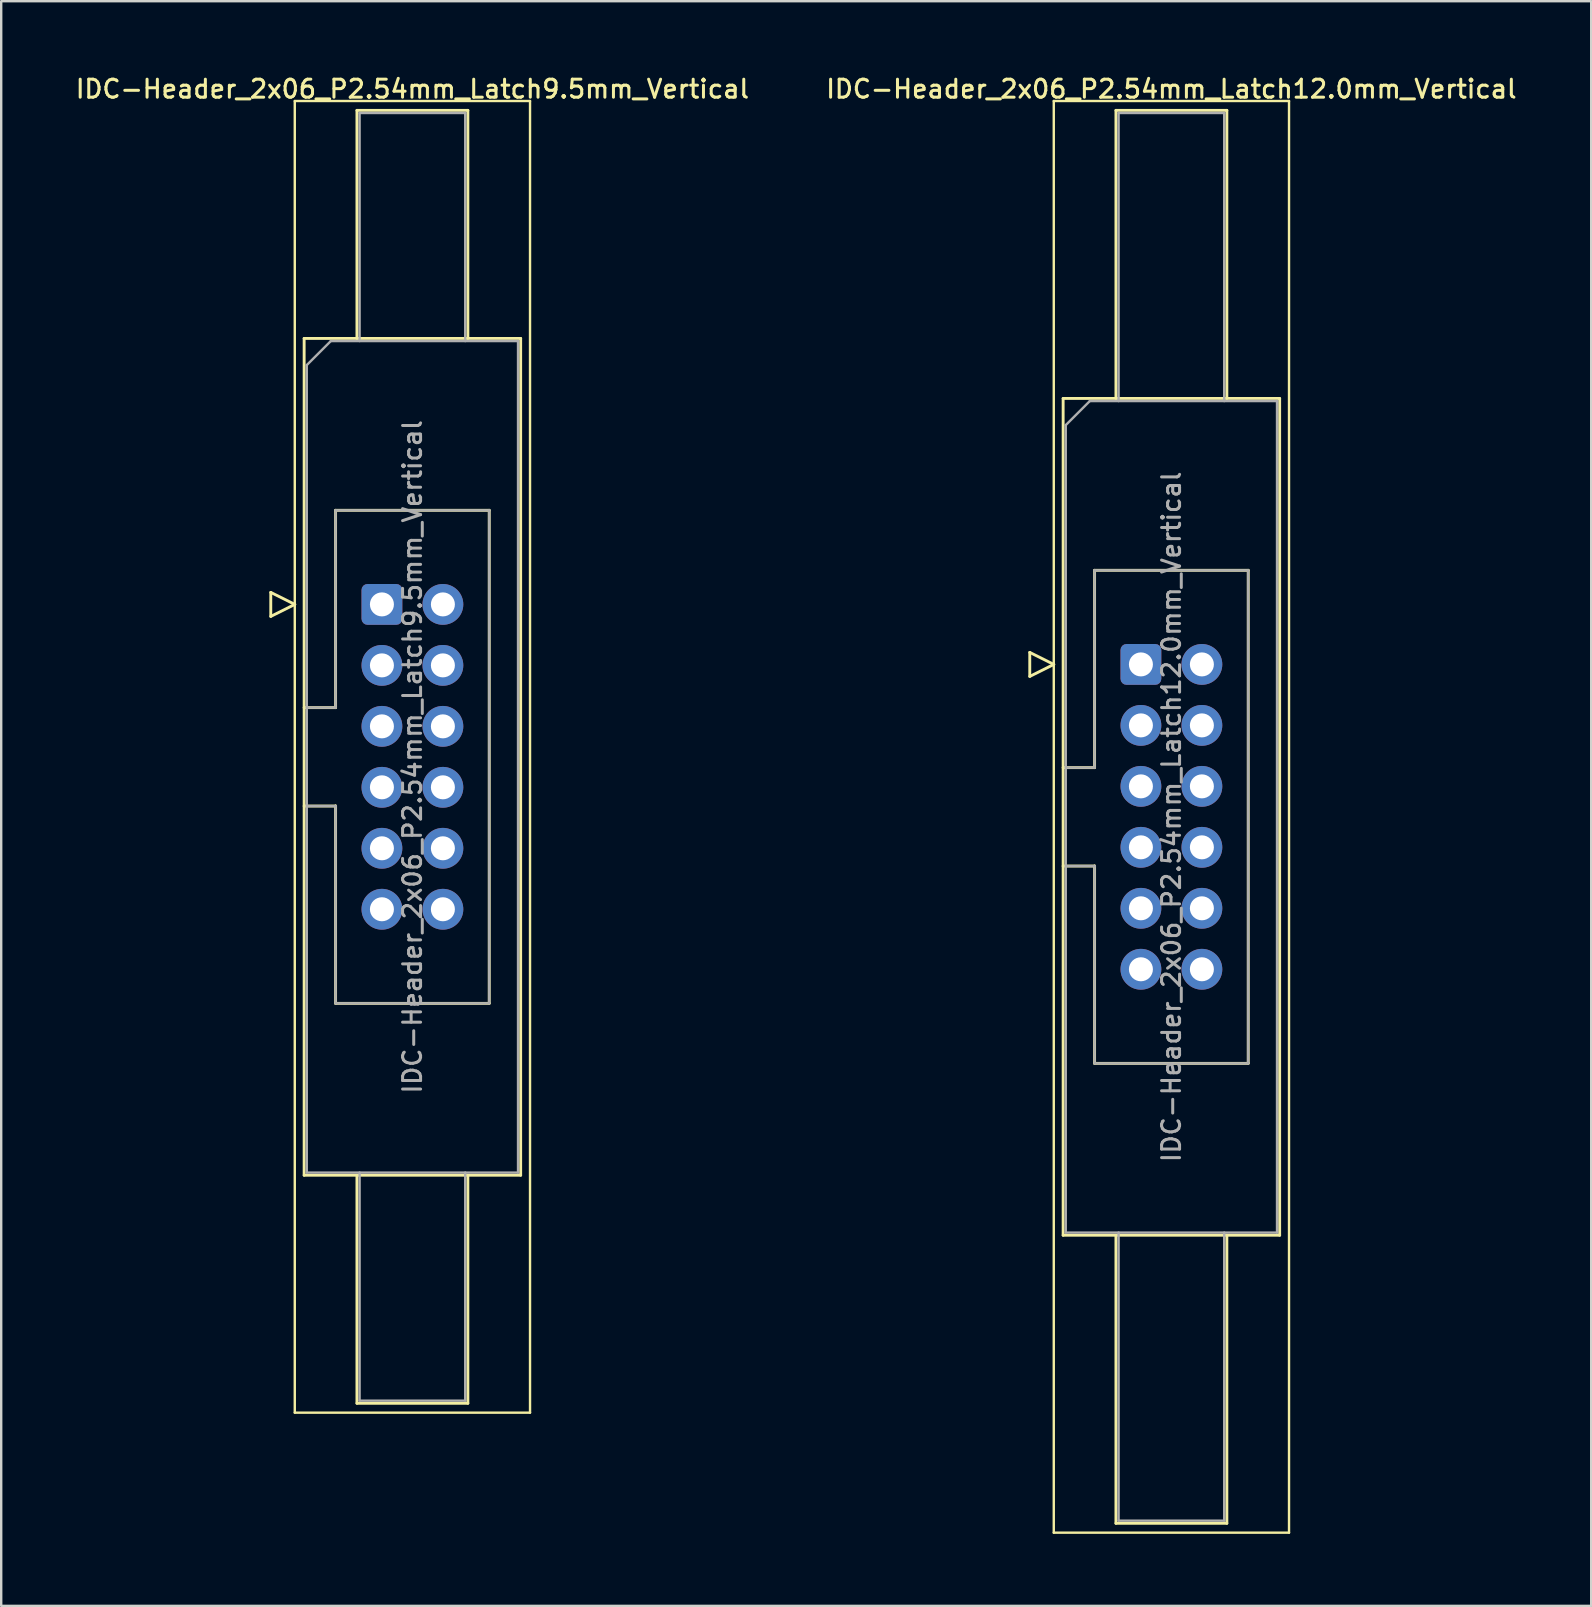
<source format=kicad_pcb>
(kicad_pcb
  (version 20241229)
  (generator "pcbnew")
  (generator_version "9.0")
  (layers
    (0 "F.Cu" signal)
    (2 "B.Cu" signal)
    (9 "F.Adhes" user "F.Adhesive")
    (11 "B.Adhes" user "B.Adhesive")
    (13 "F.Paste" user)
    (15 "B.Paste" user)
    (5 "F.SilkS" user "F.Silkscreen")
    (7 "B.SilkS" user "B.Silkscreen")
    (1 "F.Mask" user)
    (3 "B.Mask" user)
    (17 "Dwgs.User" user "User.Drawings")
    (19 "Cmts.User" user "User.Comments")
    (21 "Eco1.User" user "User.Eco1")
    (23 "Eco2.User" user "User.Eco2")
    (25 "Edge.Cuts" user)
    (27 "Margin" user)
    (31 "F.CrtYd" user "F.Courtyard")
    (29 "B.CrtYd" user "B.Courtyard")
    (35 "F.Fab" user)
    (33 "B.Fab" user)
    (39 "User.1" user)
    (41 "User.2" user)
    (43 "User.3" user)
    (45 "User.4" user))
  (footprint "IDC-Header_2x06_P2.54mm_Latch9.5mm_Vertical"
    (layer "F.Cu")
    (at 12.86 22.128)
    (property "Reference" "IDC-Header_2x06_P2.54mm_Latch9.5mm_Vertical" (at 1.27 -21.47 0) (layer "F.SilkS") (effects (font (size 0.75 0.75) (thickness 0.125))))
    (attr through_hole)
    (fp_line (start -4.63 -0.5) (end -4.63 0.5) (stroke (width 0.12) (type solid)) (layer "F.SilkS"))
    (fp_line (start -4.63 0.5) (end -3.63 0) (stroke (width 0.12) (type solid)) (layer "F.SilkS"))
    (fp_line (start -3.63 -20.97) (end -3.63 33.67) (stroke (width 0.1) (type solid)) (layer "F.SilkS"))
    (fp_line (start -3.63 0) (end -4.63 -0.5) (stroke (width 0.12) (type solid)) (layer "F.SilkS"))
    (fp_line (start -3.63 33.67) (end 6.17 33.67) (stroke (width 0.1) (type solid)) (layer "F.SilkS"))
    (fp_line (start -3.24 -11.08) (end 5.78 -11.08) (stroke (width 0.12) (type solid)) (layer "F.SilkS"))
    (fp_line (start -3.24 4.3) (end -1.93 4.3) (stroke (width 0.12) (type solid)) (layer "F.SilkS"))
    (fp_line (start -3.24 23.78) (end -3.24 -11.08) (stroke (width 0.12) (type solid)) (layer "F.SilkS"))
    (fp_line (start -1.93 -3.92) (end 4.47 -3.92) (stroke (width 0.12) (type solid)) (layer "F.SilkS"))
    (fp_line (start -1.93 4.3) (end -1.93 -3.92) (stroke (width 0.12) (type solid)) (layer "F.SilkS"))
    (fp_line (start -1.93 8.4) (end -3.24 8.4) (stroke (width 0.12) (type solid)) (layer "F.SilkS"))
    (fp_line (start -1.93 8.4) (end -1.93 8.4) (stroke (width 0.12) (type solid)) (layer "F.SilkS"))
    (fp_line (start -1.93 16.62) (end -1.93 8.4) (stroke (width 0.12) (type solid)) (layer "F.SilkS"))
    (fp_line (start -1.04 -20.58) (end 3.58 -20.58) (stroke (width 0.12) (type solid)) (layer "F.SilkS"))
    (fp_line (start -1.04 -11.08) (end -1.04 -20.58) (stroke (width 0.12) (type solid)) (layer "F.SilkS"))
    (fp_line (start -1.04 23.78) (end -1.04 33.28) (stroke (width 0.12) (type solid)) (layer "F.SilkS"))
    (fp_line (start -1.04 33.28) (end 3.58 33.28) (stroke (width 0.12) (type solid)) (layer "F.SilkS"))
    (fp_line (start 3.58 -20.58) (end 3.58 -11.08) (stroke (width 0.12) (type solid)) (layer "F.SilkS"))
    (fp_line (start 3.58 33.28) (end 3.58 23.78) (stroke (width 0.12) (type solid)) (layer "F.SilkS"))
    (fp_line (start 4.47 -3.92) (end 4.47 16.62) (stroke (width 0.12) (type solid)) (layer "F.SilkS"))
    (fp_line (start 4.47 16.62) (end -1.93 16.62) (stroke (width 0.12) (type solid)) (layer "F.SilkS"))
    (fp_line (start 5.78 -11.08) (end 5.78 23.78) (stroke (width 0.12) (type solid)) (layer "F.SilkS"))
    (fp_line (start 5.78 23.78) (end -3.24 23.78) (stroke (width 0.12) (type solid)) (layer "F.SilkS"))
    (fp_line (start 6.17 -20.97) (end -3.63 -20.97) (stroke (width 0.1) (type solid)) (layer "F.SilkS"))
    (fp_line (start 6.17 33.67) (end 6.17 -20.97) (stroke (width 0.1) (type solid)) (layer "F.SilkS"))
    (fp_line (start -3.13 -9.97) (end -2.13 -10.97) (stroke (width 0.1) (type solid)) (layer "F.Fab"))
    (fp_line (start -3.13 4.3) (end -1.93 4.3) (stroke (width 0.1) (type solid)) (layer "F.Fab"))
    (fp_line (start -3.13 23.67) (end -3.13 -9.97) (stroke (width 0.1) (type solid)) (layer "F.Fab"))
    (fp_line (start -2.13 -10.97) (end 5.67 -10.97) (stroke (width 0.1) (type solid)) (layer "F.Fab"))
    (fp_line (start -1.93 -3.92) (end 4.47 -3.92) (stroke (width 0.1) (type solid)) (layer "F.Fab"))
    (fp_line (start -1.93 4.3) (end -1.93 -3.92) (stroke (width 0.1) (type solid)) (layer "F.Fab"))
    (fp_line (start -1.93 8.4) (end -3.13 8.4) (stroke (width 0.1) (type solid)) (layer "F.Fab"))
    (fp_line (start -1.93 8.4) (end -1.93 8.4) (stroke (width 0.1) (type solid)) (layer "F.Fab"))
    (fp_line (start -1.93 16.62) (end -1.93 8.4) (stroke (width 0.1) (type solid)) (layer "F.Fab"))
    (fp_line (start -0.93 -20.47) (end 3.47 -20.47) (stroke (width 0.1) (type solid)) (layer "F.Fab"))
    (fp_line (start -0.93 -10.97) (end -0.93 -20.47) (stroke (width 0.1) (type solid)) (layer "F.Fab"))
    (fp_line (start -0.93 23.67) (end -0.93 33.17) (stroke (width 0.1) (type solid)) (layer "F.Fab"))
    (fp_line (start -0.93 33.17) (end 3.47 33.17) (stroke (width 0.1) (type solid)) (layer "F.Fab"))
    (fp_line (start 3.47 -20.47) (end 3.47 -10.97) (stroke (width 0.1) (type solid)) (layer "F.Fab"))
    (fp_line (start 3.47 33.17) (end 3.47 23.67) (stroke (width 0.1) (type solid)) (layer "F.Fab"))
    (fp_line (start 4.47 -3.92) (end 4.47 16.62) (stroke (width 0.1) (type solid)) (layer "F.Fab"))
    (fp_line (start 4.47 16.62) (end -1.93 16.62) (stroke (width 0.1) (type solid)) (layer "F.Fab"))
    (fp_line (start 5.67 -10.97) (end 5.67 23.67) (stroke (width 0.1) (type solid)) (layer "F.Fab"))
    (fp_line (start 5.67 23.67) (end -3.13 23.67) (stroke (width 0.1) (type solid)) (layer "F.Fab"))
    (fp_text user "${REFERENCE}" (at 1.27 6.35 90) (layer "F.Fab") (effects (font (size 0.75 0.75) (thickness 0.125))))
    (pad "1" thru_hole roundrect (at 0 0) (size 1.7 1.7) (drill 1) (layers "*.Cu" "*.Mask") (roundrect_rratio 0.147))
    (pad "2" thru_hole circle (at 2.54 0) (size 1.7 1.7) (drill 1) (layers "*.Cu" "*.Mask"))
    (pad "3" thru_hole circle (at 0 2.54) (size 1.7 1.7) (drill 1) (layers "*.Cu" "*.Mask"))
    (pad "4" thru_hole circle (at 2.54 2.54) (size 1.7 1.7) (drill 1) (layers "*.Cu" "*.Mask"))
    (pad "5" thru_hole circle (at 0 5.08) (size 1.7 1.7) (drill 1) (layers "*.Cu" "*.Mask"))
    (pad "6" thru_hole circle (at 2.54 5.08) (size 1.7 1.7) (drill 1) (layers "*.Cu" "*.Mask"))
    (pad "7" thru_hole circle (at 0 7.62) (size 1.7 1.7) (drill 1) (layers "*.Cu" "*.Mask"))
    (pad "8" thru_hole circle (at 2.54 7.62) (size 1.7 1.7) (drill 1) (layers "*.Cu" "*.Mask"))
    (pad "9" thru_hole circle (at 0 10.16) (size 1.7 1.7) (drill 1) (layers "*.Cu" "*.Mask"))
    (pad "10" thru_hole circle (at 2.54 10.16) (size 1.7 1.7) (drill 1) (layers "*.Cu" "*.Mask"))
    (pad "11" thru_hole circle (at 0 12.7) (size 1.7 1.7) (drill 1) (layers "*.Cu" "*.Mask"))
    (pad "12" thru_hole circle (at 2.54 12.7) (size 1.7 1.7) (drill 1) (layers "*.Cu" "*.Mask")))
  (footprint "IDC-Header_2x06_P2.54mm_Latch12.0mm_Vertical"
    (layer "F.Cu")
    (at 44.478 24.628)
    (property "Reference" "IDC-Header_2x06_P2.54mm_Latch12.0mm_Vertical" (at 1.27 -23.97 0) (layer "F.SilkS") (effects (font (size 0.75 0.75) (thickness 0.125))))
    (attr through_hole)
    (fp_line (start -4.63 -0.5) (end -4.63 0.5) (stroke (width 0.12) (type solid)) (layer "F.SilkS"))
    (fp_line (start -4.63 0.5) (end -3.63 0) (stroke (width 0.12) (type solid)) (layer "F.SilkS"))
    (fp_line (start -3.63 -23.47) (end -3.63 36.17) (stroke (width 0.1) (type solid)) (layer "F.SilkS"))
    (fp_line (start -3.63 0) (end -4.63 -0.5) (stroke (width 0.12) (type solid)) (layer "F.SilkS"))
    (fp_line (start -3.63 36.17) (end 6.17 36.17) (stroke (width 0.1) (type solid)) (layer "F.SilkS"))
    (fp_line (start -3.24 -11.08) (end 5.78 -11.08) (stroke (width 0.12) (type solid)) (layer "F.SilkS"))
    (fp_line (start -3.24 4.3) (end -1.93 4.3) (stroke (width 0.12) (type solid)) (layer "F.SilkS"))
    (fp_line (start -3.24 23.78) (end -3.24 -11.08) (stroke (width 0.12) (type solid)) (layer "F.SilkS"))
    (fp_line (start -1.93 -3.92) (end 4.47 -3.92) (stroke (width 0.12) (type solid)) (layer "F.SilkS"))
    (fp_line (start -1.93 4.3) (end -1.93 -3.92) (stroke (width 0.12) (type solid)) (layer "F.SilkS"))
    (fp_line (start -1.93 8.4) (end -3.24 8.4) (stroke (width 0.12) (type solid)) (layer "F.SilkS"))
    (fp_line (start -1.93 8.4) (end -1.93 8.4) (stroke (width 0.12) (type solid)) (layer "F.SilkS"))
    (fp_line (start -1.93 16.62) (end -1.93 8.4) (stroke (width 0.12) (type solid)) (layer "F.SilkS"))
    (fp_line (start -1.04 -23.08) (end 3.58 -23.08) (stroke (width 0.12) (type solid)) (layer "F.SilkS"))
    (fp_line (start -1.04 -11.08) (end -1.04 -23.08) (stroke (width 0.12) (type solid)) (layer "F.SilkS"))
    (fp_line (start -1.04 23.78) (end -1.04 35.78) (stroke (width 0.12) (type solid)) (layer "F.SilkS"))
    (fp_line (start -1.04 35.78) (end 3.58 35.78) (stroke (width 0.12) (type solid)) (layer "F.SilkS"))
    (fp_line (start 3.58 -23.08) (end 3.58 -11.08) (stroke (width 0.12) (type solid)) (layer "F.SilkS"))
    (fp_line (start 3.58 35.78) (end 3.58 23.78) (stroke (width 0.12) (type solid)) (layer "F.SilkS"))
    (fp_line (start 4.47 -3.92) (end 4.47 16.62) (stroke (width 0.12) (type solid)) (layer "F.SilkS"))
    (fp_line (start 4.47 16.62) (end -1.93 16.62) (stroke (width 0.12) (type solid)) (layer "F.SilkS"))
    (fp_line (start 5.78 -11.08) (end 5.78 23.78) (stroke (width 0.12) (type solid)) (layer "F.SilkS"))
    (fp_line (start 5.78 23.78) (end -3.24 23.78) (stroke (width 0.12) (type solid)) (layer "F.SilkS"))
    (fp_line (start 6.17 -23.47) (end -3.63 -23.47) (stroke (width 0.1) (type solid)) (layer "F.SilkS"))
    (fp_line (start 6.17 36.17) (end 6.17 -23.47) (stroke (width 0.1) (type solid)) (layer "F.SilkS"))
    (fp_line (start -3.13 -9.97) (end -2.13 -10.97) (stroke (width 0.1) (type solid)) (layer "F.Fab"))
    (fp_line (start -3.13 4.3) (end -1.93 4.3) (stroke (width 0.1) (type solid)) (layer "F.Fab"))
    (fp_line (start -3.13 23.67) (end -3.13 -9.97) (stroke (width 0.1) (type solid)) (layer "F.Fab"))
    (fp_line (start -2.13 -10.97) (end 5.67 -10.97) (stroke (width 0.1) (type solid)) (layer "F.Fab"))
    (fp_line (start -1.93 -3.92) (end 4.47 -3.92) (stroke (width 0.1) (type solid)) (layer "F.Fab"))
    (fp_line (start -1.93 4.3) (end -1.93 -3.92) (stroke (width 0.1) (type solid)) (layer "F.Fab"))
    (fp_line (start -1.93 8.4) (end -3.13 8.4) (stroke (width 0.1) (type solid)) (layer "F.Fab"))
    (fp_line (start -1.93 8.4) (end -1.93 8.4) (stroke (width 0.1) (type solid)) (layer "F.Fab"))
    (fp_line (start -1.93 16.62) (end -1.93 8.4) (stroke (width 0.1) (type solid)) (layer "F.Fab"))
    (fp_line (start -0.93 -22.97) (end 3.47 -22.97) (stroke (width 0.1) (type solid)) (layer "F.Fab"))
    (fp_line (start -0.93 -10.97) (end -0.93 -22.97) (stroke (width 0.1) (type solid)) (layer "F.Fab"))
    (fp_line (start -0.93 23.67) (end -0.93 35.67) (stroke (width 0.1) (type solid)) (layer "F.Fab"))
    (fp_line (start -0.93 35.67) (end 3.47 35.67) (stroke (width 0.1) (type solid)) (layer "F.Fab"))
    (fp_line (start 3.47 -22.97) (end 3.47 -10.97) (stroke (width 0.1) (type solid)) (layer "F.Fab"))
    (fp_line (start 3.47 35.67) (end 3.47 23.67) (stroke (width 0.1) (type solid)) (layer "F.Fab"))
    (fp_line (start 4.47 -3.92) (end 4.47 16.62) (stroke (width 0.1) (type solid)) (layer "F.Fab"))
    (fp_line (start 4.47 16.62) (end -1.93 16.62) (stroke (width 0.1) (type solid)) (layer "F.Fab"))
    (fp_line (start 5.67 -10.97) (end 5.67 23.67) (stroke (width 0.1) (type solid)) (layer "F.Fab"))
    (fp_line (start 5.67 23.67) (end -3.13 23.67) (stroke (width 0.1) (type solid)) (layer "F.Fab"))
    (fp_text user "${REFERENCE}" (at 1.27 6.35 90) (layer "F.Fab") (effects (font (size 0.75 0.75) (thickness 0.125))))
    (pad "1" thru_hole roundrect (at 0 0) (size 1.7 1.7) (drill 1) (layers "*.Cu" "*.Mask") (roundrect_rratio 0.147))
    (pad "2" thru_hole circle (at 2.54 0) (size 1.7 1.7) (drill 1) (layers "*.Cu" "*.Mask"))
    (pad "3" thru_hole circle (at 0 2.54) (size 1.7 1.7) (drill 1) (layers "*.Cu" "*.Mask"))
    (pad "4" thru_hole circle (at 2.54 2.54) (size 1.7 1.7) (drill 1) (layers "*.Cu" "*.Mask"))
    (pad "5" thru_hole circle (at 0 5.08) (size 1.7 1.7) (drill 1) (layers "*.Cu" "*.Mask"))
    (pad "6" thru_hole circle (at 2.54 5.08) (size 1.7 1.7) (drill 1) (layers "*.Cu" "*.Mask"))
    (pad "7" thru_hole circle (at 0 7.62) (size 1.7 1.7) (drill 1) (layers "*.Cu" "*.Mask"))
    (pad "8" thru_hole circle (at 2.54 7.62) (size 1.7 1.7) (drill 1) (layers "*.Cu" "*.Mask"))
    (pad "9" thru_hole circle (at 0 10.16) (size 1.7 1.7) (drill 1) (layers "*.Cu" "*.Mask"))
    (pad "10" thru_hole circle (at 2.54 10.16) (size 1.7 1.7) (drill 1) (layers "*.Cu" "*.Mask"))
    (pad "11" thru_hole circle (at 0 12.7) (size 1.7 1.7) (drill 1) (layers "*.Cu" "*.Mask"))
    (pad "12" thru_hole circle (at 2.54 12.7) (size 1.7 1.7) (drill 1) (layers "*.Cu" "*.Mask")))
  (gr_rect
    (start -3 -3)
    (end 63.236 63.848)
    (stroke (width 0.1) (type default))
    (fill no)
    (layer "Edge.Cuts")))
</source>
